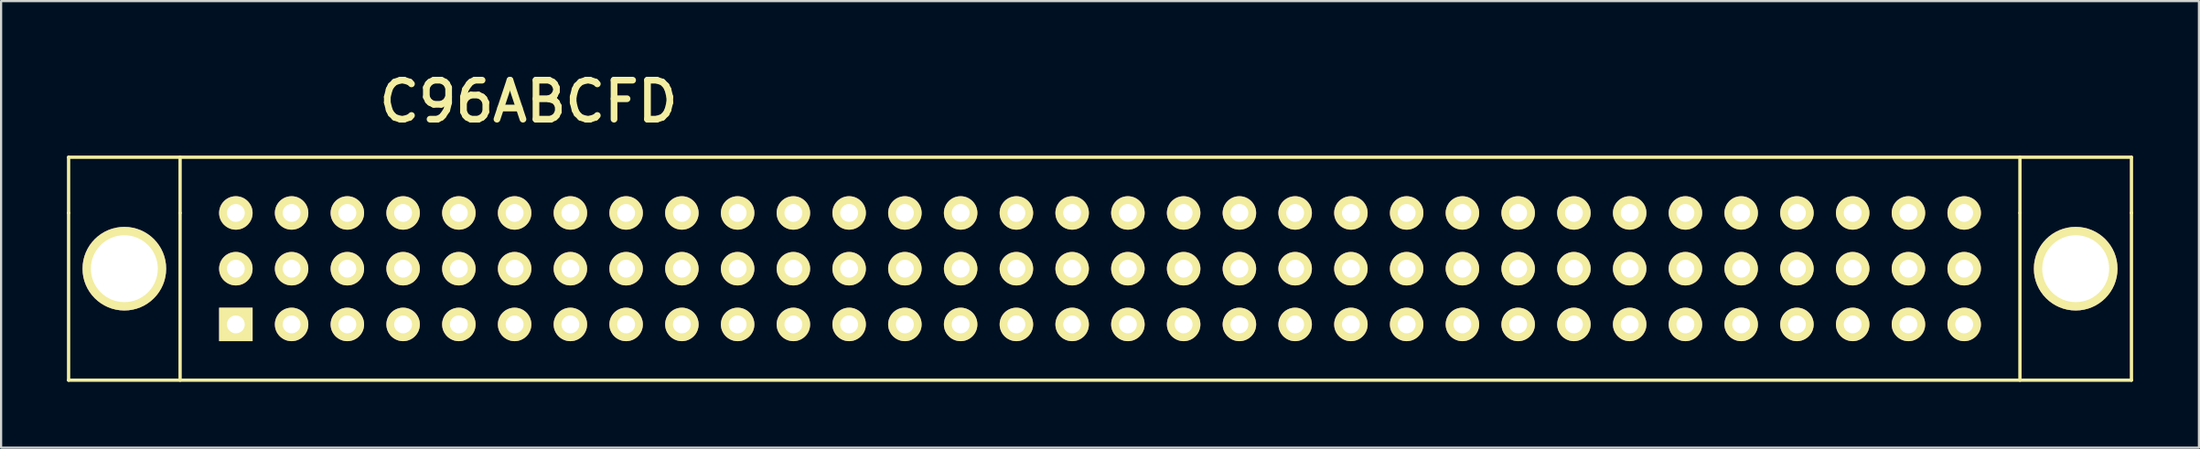
<source format=kicad_pcb>
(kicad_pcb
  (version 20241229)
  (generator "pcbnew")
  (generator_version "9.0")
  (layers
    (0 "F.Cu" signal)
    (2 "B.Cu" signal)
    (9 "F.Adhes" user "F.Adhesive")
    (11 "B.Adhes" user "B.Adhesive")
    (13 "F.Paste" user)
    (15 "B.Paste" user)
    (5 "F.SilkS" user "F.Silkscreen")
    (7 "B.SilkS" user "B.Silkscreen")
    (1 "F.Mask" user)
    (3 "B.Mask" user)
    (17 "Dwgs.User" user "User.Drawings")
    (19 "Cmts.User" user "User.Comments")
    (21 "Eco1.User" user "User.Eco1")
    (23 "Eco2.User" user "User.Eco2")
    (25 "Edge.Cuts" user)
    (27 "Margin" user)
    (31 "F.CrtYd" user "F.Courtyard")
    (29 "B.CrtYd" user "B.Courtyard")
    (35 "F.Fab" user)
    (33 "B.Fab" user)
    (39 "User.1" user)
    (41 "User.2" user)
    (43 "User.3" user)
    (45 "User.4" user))
  (footprint "C96ABCFD"
    (layer "F.Cu")
    (at 47.065 9.195)
    (property "Reference" "C96ABCFD" (at -26.035 -7.62 0) (layer "F.SilkS") (effects (font (size 1.778 1.778) (thickness 0.305))))
    (attr through_hole)
    (fp_line (start -46.99 -5.08) (end 46.99 -5.08) (stroke (width 0.15) (type solid)) (layer "F.SilkS"))
    (fp_line (start -46.99 -2.54) (end -46.99 -5.08) (stroke (width 0.15) (type solid)) (layer "F.SilkS"))
    (fp_line (start -46.99 -2.54) (end -46.99 5.08) (stroke (width 0.15) (type solid)) (layer "F.SilkS"))
    (fp_line (start -46.99 5.08) (end 46.99 5.08) (stroke (width 0.15) (type solid)) (layer "F.SilkS"))
    (fp_line (start -41.91 -2.54) (end -41.91 -5.08) (stroke (width 0.15) (type solid)) (layer "F.SilkS"))
    (fp_line (start -41.91 -2.54) (end -41.91 5.08) (stroke (width 0.15) (type solid)) (layer "F.SilkS"))
    (fp_line (start 41.91 -5.08) (end 41.91 -2.54) (stroke (width 0.15) (type solid)) (layer "F.SilkS"))
    (fp_line (start 41.91 -2.54) (end 41.91 5.08) (stroke (width 0.15) (type solid)) (layer "F.SilkS"))
    (fp_line (start 46.99 -5.08) (end 46.99 -2.54) (stroke (width 0.15) (type solid)) (layer "F.SilkS"))
    (fp_line (start 46.99 5.08) (end 46.99 -2.54) (stroke (width 0.15) (type solid)) (layer "F.SilkS"))
    (pad "65" thru_hole circle (at -44.45 0) (size 3.81 3.81) (drill 3.048) (layers "*.Cu" "*.Mask" "F.SilkS"))
    (pad "66" thru_hole circle (at 44.45 0) (size 3.81 3.81) (drill 3.048) (layers "*.Cu" "*.Mask" "F.SilkS"))
    (pad "A1" thru_hole rect (at -39.37 2.54) (size 1.524 1.524) (drill 0.813) (layers "*.Cu" "*.Mask" "F.SilkS"))
    (pad "A2" thru_hole circle (at -36.83 2.54) (size 1.524 1.524) (drill 0.813) (layers "*.Cu" "*.Mask" "F.SilkS"))
    (pad "A3" thru_hole circle (at -34.29 2.54) (size 1.524 1.524) (drill 0.813) (layers "*.Cu" "*.Mask" "F.SilkS"))
    (pad "A4" thru_hole circle (at -31.75 2.54) (size 1.524 1.524) (drill 0.813) (layers "*.Cu" "*.Mask" "F.SilkS"))
    (pad "A5" thru_hole circle (at -29.21 2.54) (size 1.524 1.524) (drill 0.813) (layers "*.Cu" "*.Mask" "F.SilkS"))
    (pad "A6" thru_hole circle (at -26.67 2.54) (size 1.524 1.524) (drill 0.813) (layers "*.Cu" "*.Mask" "F.SilkS"))
    (pad "A7" thru_hole circle (at -24.13 2.54) (size 1.524 1.524) (drill 0.813) (layers "*.Cu" "*.Mask" "F.SilkS"))
    (pad "A8" thru_hole circle (at -21.59 2.54) (size 1.524 1.524) (drill 0.813) (layers "*.Cu" "*.Mask" "F.SilkS"))
    (pad "A9" thru_hole circle (at -19.05 2.54) (size 1.524 1.524) (drill 0.813) (layers "*.Cu" "*.Mask" "F.SilkS"))
    (pad "A10" thru_hole circle (at -16.51 2.54) (size 1.524 1.524) (drill 0.813) (layers "*.Cu" "*.Mask" "F.SilkS"))
    (pad "A11" thru_hole circle (at -13.97 2.54) (size 1.524 1.524) (drill 0.813) (layers "*.Cu" "*.Mask" "F.SilkS"))
    (pad "A12" thru_hole circle (at -11.43 2.54) (size 1.524 1.524) (drill 0.813) (layers "*.Cu" "*.Mask" "F.SilkS"))
    (pad "A13" thru_hole circle (at -8.89 2.54) (size 1.524 1.524) (drill 0.813) (layers "*.Cu" "*.Mask" "F.SilkS"))
    (pad "A14" thru_hole circle (at -6.35 2.54) (size 1.524 1.524) (drill 0.813) (layers "*.Cu" "*.Mask" "F.SilkS"))
    (pad "A15" thru_hole circle (at -3.81 2.54) (size 1.524 1.524) (drill 0.813) (layers "*.Cu" "*.Mask" "F.SilkS"))
    (pad "A16" thru_hole circle (at -1.27 2.54) (size 1.524 1.524) (drill 0.813) (layers "*.Cu" "*.Mask" "F.SilkS"))
    (pad "A17" thru_hole circle (at 1.27 2.54) (size 1.524 1.524) (drill 0.813) (layers "*.Cu" "*.Mask" "F.SilkS"))
    (pad "A18" thru_hole circle (at 3.81 2.54) (size 1.524 1.524) (drill 0.813) (layers "*.Cu" "*.Mask" "F.SilkS"))
    (pad "A19" thru_hole circle (at 6.35 2.54) (size 1.524 1.524) (drill 0.813) (layers "*.Cu" "*.Mask" "F.SilkS"))
    (pad "A20" thru_hole circle (at 8.89 2.54) (size 1.524 1.524) (drill 0.813) (layers "*.Cu" "*.Mask" "F.SilkS"))
    (pad "A21" thru_hole circle (at 11.43 2.54) (size 1.524 1.524) (drill 0.813) (layers "*.Cu" "*.Mask" "F.SilkS"))
    (pad "A22" thru_hole circle (at 13.97 2.54) (size 1.524 1.524) (drill 0.813) (layers "*.Cu" "*.Mask" "F.SilkS"))
    (pad "A23" thru_hole circle (at 16.51 2.54) (size 1.524 1.524) (drill 0.813) (layers "*.Cu" "*.Mask" "F.SilkS"))
    (pad "A24" thru_hole circle (at 19.05 2.54) (size 1.524 1.524) (drill 0.813) (layers "*.Cu" "*.Mask" "F.SilkS"))
    (pad "A25" thru_hole circle (at 21.59 2.54) (size 1.524 1.524) (drill 0.813) (layers "*.Cu" "*.Mask" "F.SilkS"))
    (pad "A26" thru_hole circle (at 24.13 2.54) (size 1.524 1.524) (drill 0.813) (layers "*.Cu" "*.Mask" "F.SilkS"))
    (pad "A27" thru_hole circle (at 26.67 2.54) (size 1.524 1.524) (drill 0.813) (layers "*.Cu" "*.Mask" "F.SilkS"))
    (pad "A28" thru_hole circle (at 29.21 2.54) (size 1.524 1.524) (drill 0.813) (layers "*.Cu" "*.Mask" "F.SilkS"))
    (pad "A29" thru_hole circle (at 31.75 2.54) (size 1.524 1.524) (drill 0.813) (layers "*.Cu" "*.Mask" "F.SilkS"))
    (pad "A30" thru_hole circle (at 34.29 2.54) (size 1.524 1.524) (drill 0.813) (layers "*.Cu" "*.Mask" "F.SilkS"))
    (pad "A31" thru_hole circle (at 36.83 2.54) (size 1.524 1.524) (drill 0.813) (layers "*.Cu" "*.Mask" "F.SilkS"))
    (pad "A32" thru_hole circle (at 39.37 2.54) (size 1.524 1.524) (drill 0.813) (layers "*.Cu" "*.Mask" "F.SilkS"))
    (pad "B1" thru_hole circle (at -39.37 0) (size 1.524 1.524) (drill 0.813) (layers "*.Cu" "*.Mask" "F.SilkS"))
    (pad "B2" thru_hole circle (at -36.83 0) (size 1.524 1.524) (drill 0.813) (layers "*.Cu" "*.Mask" "F.SilkS"))
    (pad "B3" thru_hole circle (at -34.29 0) (size 1.524 1.524) (drill 0.813) (layers "*.Cu" "*.Mask" "F.SilkS"))
    (pad "B4" thru_hole circle (at -31.75 0) (size 1.524 1.524) (drill 0.813) (layers "*.Cu" "*.Mask" "F.SilkS"))
    (pad "B5" thru_hole circle (at -29.21 0) (size 1.524 1.524) (drill 0.813) (layers "*.Cu" "*.Mask" "F.SilkS"))
    (pad "B6" thru_hole circle (at -26.67 0) (size 1.524 1.524) (drill 0.813) (layers "*.Cu" "*.Mask" "F.SilkS"))
    (pad "B7" thru_hole circle (at -24.13 0) (size 1.524 1.524) (drill 0.813) (layers "*.Cu" "*.Mask" "F.SilkS"))
    (pad "B8" thru_hole circle (at -21.59 0) (size 1.524 1.524) (drill 0.813) (layers "*.Cu" "*.Mask" "F.SilkS"))
    (pad "B9" thru_hole circle (at -19.05 0) (size 1.524 1.524) (drill 0.813) (layers "*.Cu" "*.Mask" "F.SilkS"))
    (pad "B10" thru_hole circle (at -16.51 0) (size 1.524 1.524) (drill 0.813) (layers "*.Cu" "*.Mask" "F.SilkS"))
    (pad "B11" thru_hole circle (at -13.97 0) (size 1.524 1.524) (drill 0.813) (layers "*.Cu" "*.Mask" "F.SilkS"))
    (pad "B12" thru_hole circle (at -11.43 0) (size 1.524 1.524) (drill 0.813) (layers "*.Cu" "*.Mask" "F.SilkS"))
    (pad "B13" thru_hole circle (at -8.89 0) (size 1.524 1.524) (drill 0.813) (layers "*.Cu" "*.Mask" "F.SilkS"))
    (pad "B14" thru_hole circle (at -6.35 0) (size 1.524 1.524) (drill 0.813) (layers "*.Cu" "*.Mask" "F.SilkS"))
    (pad "B15" thru_hole circle (at -3.81 0) (size 1.524 1.524) (drill 0.813) (layers "*.Cu" "*.Mask" "F.SilkS"))
    (pad "B16" thru_hole circle (at -1.27 0) (size 1.524 1.524) (drill 0.813) (layers "*.Cu" "*.Mask" "F.SilkS"))
    (pad "B17" thru_hole circle (at 1.27 0) (size 1.524 1.524) (drill 0.813) (layers "*.Cu" "*.Mask" "F.SilkS"))
    (pad "B18" thru_hole circle (at 3.81 0) (size 1.524 1.524) (drill 0.813) (layers "*.Cu" "*.Mask" "F.SilkS"))
    (pad "B19" thru_hole circle (at 6.35 0) (size 1.524 1.524) (drill 0.813) (layers "*.Cu" "*.Mask" "F.SilkS"))
    (pad "B20" thru_hole circle (at 8.89 0) (size 1.524 1.524) (drill 0.813) (layers "*.Cu" "*.Mask" "F.SilkS"))
    (pad "B21" thru_hole circle (at 11.43 0) (size 1.524 1.524) (drill 0.813) (layers "*.Cu" "*.Mask" "F.SilkS"))
    (pad "B22" thru_hole circle (at 13.97 0) (size 1.524 1.524) (drill 0.813) (layers "*.Cu" "*.Mask" "F.SilkS"))
    (pad "B23" thru_hole circle (at 16.51 0) (size 1.524 1.524) (drill 0.813) (layers "*.Cu" "*.Mask" "F.SilkS"))
    (pad "B24" thru_hole circle (at 19.05 0) (size 1.524 1.524) (drill 0.813) (layers "*.Cu" "*.Mask" "F.SilkS"))
    (pad "B25" thru_hole circle (at 21.59 0) (size 1.524 1.524) (drill 0.813) (layers "*.Cu" "*.Mask" "F.SilkS"))
    (pad "B26" thru_hole circle (at 24.13 0) (size 1.524 1.524) (drill 0.813) (layers "*.Cu" "*.Mask" "F.SilkS"))
    (pad "B27" thru_hole circle (at 26.67 0) (size 1.524 1.524) (drill 0.813) (layers "*.Cu" "*.Mask" "F.SilkS"))
    (pad "B28" thru_hole circle (at 29.21 0) (size 1.524 1.524) (drill 0.813) (layers "*.Cu" "*.Mask" "F.SilkS"))
    (pad "B29" thru_hole circle (at 31.75 0) (size 1.524 1.524) (drill 0.813) (layers "*.Cu" "*.Mask" "F.SilkS"))
    (pad "B30" thru_hole circle (at 34.29 0) (size 1.524 1.524) (drill 0.813) (layers "*.Cu" "*.Mask" "F.SilkS"))
    (pad "B31" thru_hole circle (at 36.83 0) (size 1.524 1.524) (drill 0.813) (layers "*.Cu" "*.Mask" "F.SilkS"))
    (pad "B32" thru_hole circle (at 39.37 0) (size 1.524 1.524) (drill 0.813) (layers "*.Cu" "*.Mask" "F.SilkS"))
    (pad "C1" thru_hole circle (at -39.37 -2.54) (size 1.524 1.524) (drill 0.813) (layers "*.Cu" "*.Mask" "F.SilkS"))
    (pad "C2" thru_hole circle (at -36.83 -2.54) (size 1.524 1.524) (drill 0.813) (layers "*.Cu" "*.Mask" "F.SilkS"))
    (pad "C3" thru_hole circle (at -34.29 -2.54) (size 1.524 1.524) (drill 0.813) (layers "*.Cu" "*.Mask" "F.SilkS"))
    (pad "C4" thru_hole circle (at -31.75 -2.54) (size 1.524 1.524) (drill 0.813) (layers "*.Cu" "*.Mask" "F.SilkS"))
    (pad "C5" thru_hole circle (at -29.21 -2.54) (size 1.524 1.524) (drill 0.813) (layers "*.Cu" "*.Mask" "F.SilkS"))
    (pad "C6" thru_hole circle (at -26.67 -2.54) (size 1.524 1.524) (drill 0.813) (layers "*.Cu" "*.Mask" "F.SilkS"))
    (pad "C7" thru_hole circle (at -24.13 -2.54) (size 1.524 1.524) (drill 0.813) (layers "*.Cu" "*.Mask" "F.SilkS"))
    (pad "C8" thru_hole circle (at -21.59 -2.54) (size 1.524 1.524) (drill 0.813) (layers "*.Cu" "*.Mask" "F.SilkS"))
    (pad "C9" thru_hole circle (at -19.05 -2.54) (size 1.524 1.524) (drill 0.813) (layers "*.Cu" "*.Mask" "F.SilkS"))
    (pad "C10" thru_hole circle (at -16.51 -2.54) (size 1.524 1.524) (drill 0.813) (layers "*.Cu" "*.Mask" "F.SilkS"))
    (pad "C11" thru_hole circle (at -13.97 -2.54) (size 1.524 1.524) (drill 0.813) (layers "*.Cu" "*.Mask" "F.SilkS"))
    (pad "C12" thru_hole circle (at -11.43 -2.54) (size 1.524 1.524) (drill 0.813) (layers "*.Cu" "*.Mask" "F.SilkS"))
    (pad "C13" thru_hole circle (at -8.89 -2.54) (size 1.524 1.524) (drill 0.813) (layers "*.Cu" "*.Mask" "F.SilkS"))
    (pad "C14" thru_hole circle (at -6.35 -2.54) (size 1.524 1.524) (drill 0.813) (layers "*.Cu" "*.Mask" "F.SilkS"))
    (pad "C15" thru_hole circle (at -3.81 -2.54) (size 1.524 1.524) (drill 0.813) (layers "*.Cu" "*.Mask" "F.SilkS"))
    (pad "C16" thru_hole circle (at -1.27 -2.54) (size 1.524 1.524) (drill 0.813) (layers "*.Cu" "*.Mask" "F.SilkS"))
    (pad "C17" thru_hole circle (at 1.27 -2.54) (size 1.524 1.524) (drill 0.813) (layers "*.Cu" "*.Mask" "F.SilkS"))
    (pad "C18" thru_hole circle (at 3.81 -2.54) (size 1.524 1.524) (drill 0.813) (layers "*.Cu" "*.Mask" "F.SilkS"))
    (pad "C19" thru_hole circle (at 6.35 -2.54) (size 1.524 1.524) (drill 0.813) (layers "*.Cu" "*.Mask" "F.SilkS"))
    (pad "C20" thru_hole circle (at 8.89 -2.54) (size 1.524 1.524) (drill 0.813) (layers "*.Cu" "*.Mask" "F.SilkS"))
    (pad "C21" thru_hole circle (at 11.43 -2.54) (size 1.524 1.524) (drill 0.813) (layers "*.Cu" "*.Mask" "F.SilkS"))
    (pad "C22" thru_hole circle (at 13.97 -2.54) (size 1.524 1.524) (drill 0.813) (layers "*.Cu" "*.Mask" "F.SilkS"))
    (pad "C23" thru_hole circle (at 16.51 -2.54) (size 1.524 1.524) (drill 0.813) (layers "*.Cu" "*.Mask" "F.SilkS"))
    (pad "C24" thru_hole circle (at 19.05 -2.54) (size 1.524 1.524) (drill 0.813) (layers "*.Cu" "*.Mask" "F.SilkS"))
    (pad "C25" thru_hole circle (at 21.59 -2.54) (size 1.524 1.524) (drill 0.813) (layers "*.Cu" "*.Mask" "F.SilkS"))
    (pad "C26" thru_hole circle (at 24.13 -2.54) (size 1.524 1.524) (drill 0.813) (layers "*.Cu" "*.Mask" "F.SilkS"))
    (pad "C27" thru_hole circle (at 26.67 -2.54) (size 1.524 1.524) (drill 0.813) (layers "*.Cu" "*.Mask" "F.SilkS"))
    (pad "C28" thru_hole circle (at 29.21 -2.54) (size 1.524 1.524) (drill 0.813) (layers "*.Cu" "*.Mask" "F.SilkS"))
    (pad "C29" thru_hole circle (at 31.75 -2.54) (size 1.524 1.524) (drill 0.813) (layers "*.Cu" "*.Mask" "F.SilkS"))
    (pad "C30" thru_hole circle (at 34.29 -2.54) (size 1.524 1.524) (drill 0.813) (layers "*.Cu" "*.Mask" "F.SilkS"))
    (pad "C31" thru_hole circle (at 36.83 -2.54) (size 1.524 1.524) (drill 0.813) (layers "*.Cu" "*.Mask" "F.SilkS"))
    (pad "C32" thru_hole circle (at 39.37 -2.54) (size 1.524 1.524) (drill 0.813) (layers "*.Cu" "*.Mask" "F.SilkS")))
  (gr_rect
    (start -3 -3)
    (end 97.13 17.35)
    (stroke (width 0.1) (type default))
    (fill no)
    (layer "Edge.Cuts")))
</source>
